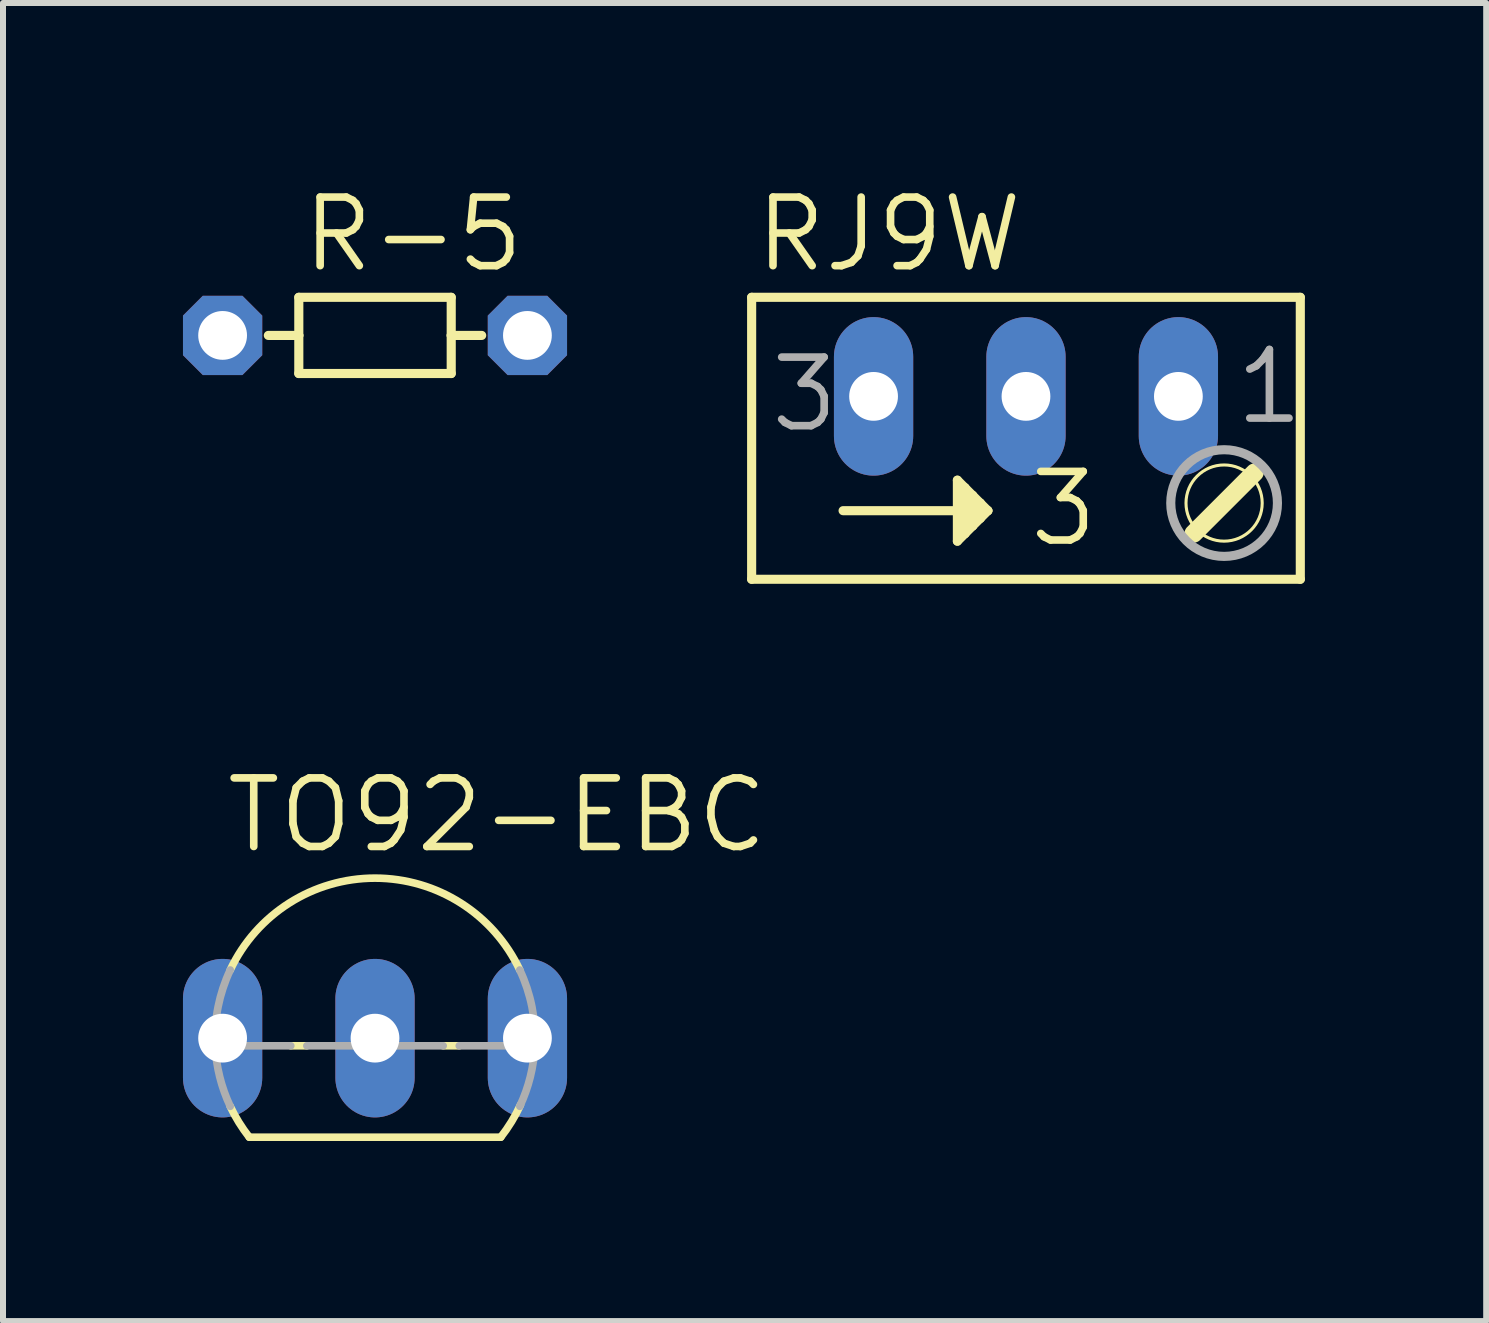
<source format=kicad_pcb>
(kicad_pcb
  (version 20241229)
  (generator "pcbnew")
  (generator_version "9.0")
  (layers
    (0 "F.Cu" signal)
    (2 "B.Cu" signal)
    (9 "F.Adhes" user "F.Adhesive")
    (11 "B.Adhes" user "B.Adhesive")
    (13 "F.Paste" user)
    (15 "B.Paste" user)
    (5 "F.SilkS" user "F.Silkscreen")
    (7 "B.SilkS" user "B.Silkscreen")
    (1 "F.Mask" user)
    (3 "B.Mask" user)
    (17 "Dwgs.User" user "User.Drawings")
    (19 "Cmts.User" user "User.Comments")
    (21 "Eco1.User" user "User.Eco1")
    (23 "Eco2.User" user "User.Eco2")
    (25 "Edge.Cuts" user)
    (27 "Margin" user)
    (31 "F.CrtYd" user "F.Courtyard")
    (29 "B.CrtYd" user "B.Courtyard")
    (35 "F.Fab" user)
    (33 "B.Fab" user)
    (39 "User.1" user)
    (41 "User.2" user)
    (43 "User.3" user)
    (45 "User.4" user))
  (footprint "TO92-EBC"
    (layer "F.Cu")
    (at 3.2 12.982)
    (property "Reference" "TO92-EBC" (at -2.54 -1.778 0) (layer "F.SilkS") (effects (font (size 1.143 1.143) (thickness 0.127)) (justify left bottom)))
    (fp_line (start -2.095 2.921) (end 2.095 2.921) (stroke (width 0.127) (type solid)) (layer "F.SilkS"))
    (fp_line (start -1.136 1.397) (end -1.404 1.397) (stroke (width 0.127) (type solid)) (layer "F.SilkS"))
    (fp_line (start 1.404 1.397) (end 1.136 1.397) (stroke (width 0.127) (type solid)) (layer "F.SilkS"))
    (fp_arc (start -2.413 0.1341) (mid 0 -1.39699) (end 2.413 0.1341) (stroke (width 0.127) (type solid)) (layer "F.SilkS"))
    (fp_arc (start -2.095 2.921) (mid -2.268918 2.67252) (end -2.4135 2.4059) (stroke (width 0.127) (type solid)) (layer "F.SilkS"))
    (fp_arc (start 2.4247 2.3818) (mid 2.275878 2.661201) (end 2.095 2.921) (stroke (width 0.127) (type solid)) (layer "F.SilkS"))
    (fp_line (start -1.404 1.397) (end -2.664 1.397) (stroke (width 0.127) (type solid)) (layer "F.Fab"))
    (fp_line (start 1.136 1.397) (end -1.136 1.397) (stroke (width 0.127) (type solid)) (layer "F.Fab"))
    (fp_line (start 2.664 1.397) (end 1.404 1.397) (stroke (width 0.127) (type solid)) (layer "F.Fab"))
    (fp_arc (start -2.664 1.397) (mid -2.615858 0.750175) (end -2.413 0.1341) (stroke (width 0.127) (type solid)) (layer "F.Fab"))
    (fp_arc (start -2.413 2.4059) (mid -2.588137 1.913799) (end -2.664 1.397) (stroke (width 0.127) (type solid)) (layer "F.Fab"))
    (fp_arc (start 2.413 0.1341) (mid 2.615858 0.750175) (end 2.664 1.397) (stroke (width 0.127) (type solid)) (layer "F.Fab"))
    (fp_arc (start 2.664 1.397) (mid 2.588137 1.913799) (end 2.413 2.4059) (stroke (width 0.127) (type solid)) (layer "F.Fab"))
    (pad "B" thru_hole oval (at 0 1.27 90) (size 2.642 1.321) (drill 0.813) (layers "*.Cu" "*.Mask"))
    (pad "C" thru_hole oval (at 2.54 1.27 90) (size 2.642 1.321) (drill 0.813) (layers "*.Cu" "*.Mask"))
    (pad "E" thru_hole oval (at -2.54 1.27 90) (size 2.642 1.321) (drill 0.813) (layers "*.Cu" "*.Mask")))
  (footprint "R-5"
    (layer "F.Cu")
    (at 3.2 2.54)
    (property "Reference" "R-5" (at -1.27 -1.016 0) (layer "F.SilkS") (effects (font (size 1.143 1.143) (thickness 0.127)) (justify left bottom)))
    (fp_line (start -1.778 0) (end -1.27 0) (stroke (width 0.152) (type solid)) (layer "F.SilkS"))
    (fp_line (start -1.27 -0.635) (end -1.27 0) (stroke (width 0.152) (type solid)) (layer "F.SilkS"))
    (fp_line (start -1.27 -0.635) (end 1.27 -0.635) (stroke (width 0.152) (type solid)) (layer "F.SilkS"))
    (fp_line (start -1.27 0) (end -1.27 0.635) (stroke (width 0.152) (type solid)) (layer "F.SilkS"))
    (fp_line (start 1.27 -0.635) (end 1.27 0) (stroke (width 0.152) (type solid)) (layer "F.SilkS"))
    (fp_line (start 1.27 0) (end 1.27 0.635) (stroke (width 0.152) (type solid)) (layer "F.SilkS"))
    (fp_line (start 1.27 0) (end 1.778 0) (stroke (width 0.152) (type solid)) (layer "F.SilkS"))
    (fp_line (start 1.27 0.635) (end -1.27 0.635) (stroke (width 0.152) (type solid)) (layer "F.SilkS"))
    (pad "1" thru_hole roundrect (at -2.54 0) (size 1.321 1.321) (drill 0.813) (layers "*.Cu" "*.Mask") (roundrect_rratio 0.25) (chamfer_ratio 0.25) (chamfer top_left top_right bottom_left bottom_right))
    (pad "2" thru_hole roundrect (at 2.54 0) (size 1.321 1.321) (drill 0.813) (layers "*.Cu" "*.Mask") (roundrect_rratio 0.25) (chamfer_ratio 0.25) (chamfer top_left top_right bottom_left bottom_right)))
  (footprint "RJ9W"
    (layer "F.Cu")
    (at 14.049 4.191)
    (property "Reference" "RJ9W" (at -4.572 -2.667 0) (layer "F.SilkS") (effects (font (size 1.143 1.143) (thickness 0.127)) (justify left bottom)))
    (fp_line (start -4.572 2.413) (end -4.572 -2.286) (stroke (width 0.152) (type solid)) (layer "F.SilkS"))
    (fp_line (start -4.572 2.413) (end 4.572 2.413) (stroke (width 0.152) (type solid)) (layer "F.SilkS"))
    (fp_line (start -3.048 1.27) (end -1.016 1.27) (stroke (width 0.152) (type solid)) (layer "F.SilkS"))
    (fp_line (start -1.143 0.762) (end -1.143 1.778) (stroke (width 0.152) (type solid)) (layer "F.SilkS"))
    (fp_line (start -1.143 1.778) (end -1.016 1.651) (stroke (width 0.152) (type solid)) (layer "F.SilkS"))
    (fp_line (start -1.016 0.889) (end -1.143 0.762) (stroke (width 0.152) (type solid)) (layer "F.SilkS"))
    (fp_line (start -1.016 1.27) (end -1.016 0.889) (stroke (width 0.152) (type solid)) (layer "F.SilkS"))
    (fp_line (start -1.016 1.651) (end -1.016 1.27) (stroke (width 0.152) (type solid)) (layer "F.SilkS"))
    (fp_line (start -0.889 1.016) (end -1.016 0.889) (stroke (width 0.152) (type solid)) (layer "F.SilkS"))
    (fp_line (start -0.889 1.524) (end -1.016 1.651) (stroke (width 0.152) (type solid)) (layer "F.SilkS"))
    (fp_line (start -0.889 1.524) (end -0.889 1.016) (stroke (width 0.152) (type solid)) (layer "F.SilkS"))
    (fp_line (start -0.762 1.143) (end -0.889 1.016) (stroke (width 0.152) (type solid)) (layer "F.SilkS"))
    (fp_line (start -0.762 1.397) (end -0.889 1.524) (stroke (width 0.152) (type solid)) (layer "F.SilkS"))
    (fp_line (start -0.762 1.397) (end -0.762 1.143) (stroke (width 0.152) (type solid)) (layer "F.SilkS"))
    (fp_line (start -0.635 1.27) (end -1.016 1.27) (stroke (width 0.152) (type solid)) (layer "F.SilkS"))
    (fp_line (start -0.635 1.27) (end -0.762 1.143) (stroke (width 0.152) (type solid)) (layer "F.SilkS"))
    (fp_line (start -0.635 1.27) (end -0.762 1.397) (stroke (width 0.152) (type solid)) (layer "F.SilkS"))
    (fp_line (start 3.81 0.635) (end 2.794 1.651) (stroke (width 0.305) (type solid)) (layer "F.SilkS"))
    (fp_line (start 4.572 -2.286) (end -4.572 -2.286) (stroke (width 0.152) (type solid)) (layer "F.SilkS"))
    (fp_line (start 4.572 -2.286) (end 4.572 2.413) (stroke (width 0.152) (type solid)) (layer "F.SilkS"))
    (fp_circle (center 3.302 1.143) (end 3.937 1.143) (stroke (width 0.051) (type solid)) (fill no) (layer "F.SilkS"))
    (fp_circle (center 3.302 1.143) (end 4.191 1.143) (stroke (width 0.152) (type solid)) (fill no) (layer "F.Fab"))
    (fp_text user "3" (at 0 1.905 0) (layer "F.SilkS") (effects (font (size 1.143 1.143) (thickness 0.127)) (justify left bottom)))
    (fp_text user "1" (at 3.429 -0.127 0) (layer "F.Fab") (effects (font (size 1.143 1.143) (thickness 0.127)) (justify left bottom)))
    (fp_text user "3" (at -4.318 0 0) (layer "F.Fab") (effects (font (size 1.143 1.143) (thickness 0.127)) (justify left bottom)))
    (pad "A" thru_hole oval (at 2.54 -0.635 90) (size 2.642 1.321) (drill 0.813) (layers "*.Cu" "*.Mask"))
    (pad "E" thru_hole oval (at -2.54 -0.635 90) (size 2.642 1.321) (drill 0.813) (layers "*.Cu" "*.Mask"))
    (pad "S" thru_hole oval (at 0 -0.635 90) (size 2.642 1.321) (drill 0.813) (layers "*.Cu" "*.Mask")))
  (gr_rect
    (start -3 -3)
    (end 21.719 18.967)
    (stroke (width 0.1) (type default))
    (fill no)
    (layer "Edge.Cuts")))
</source>
